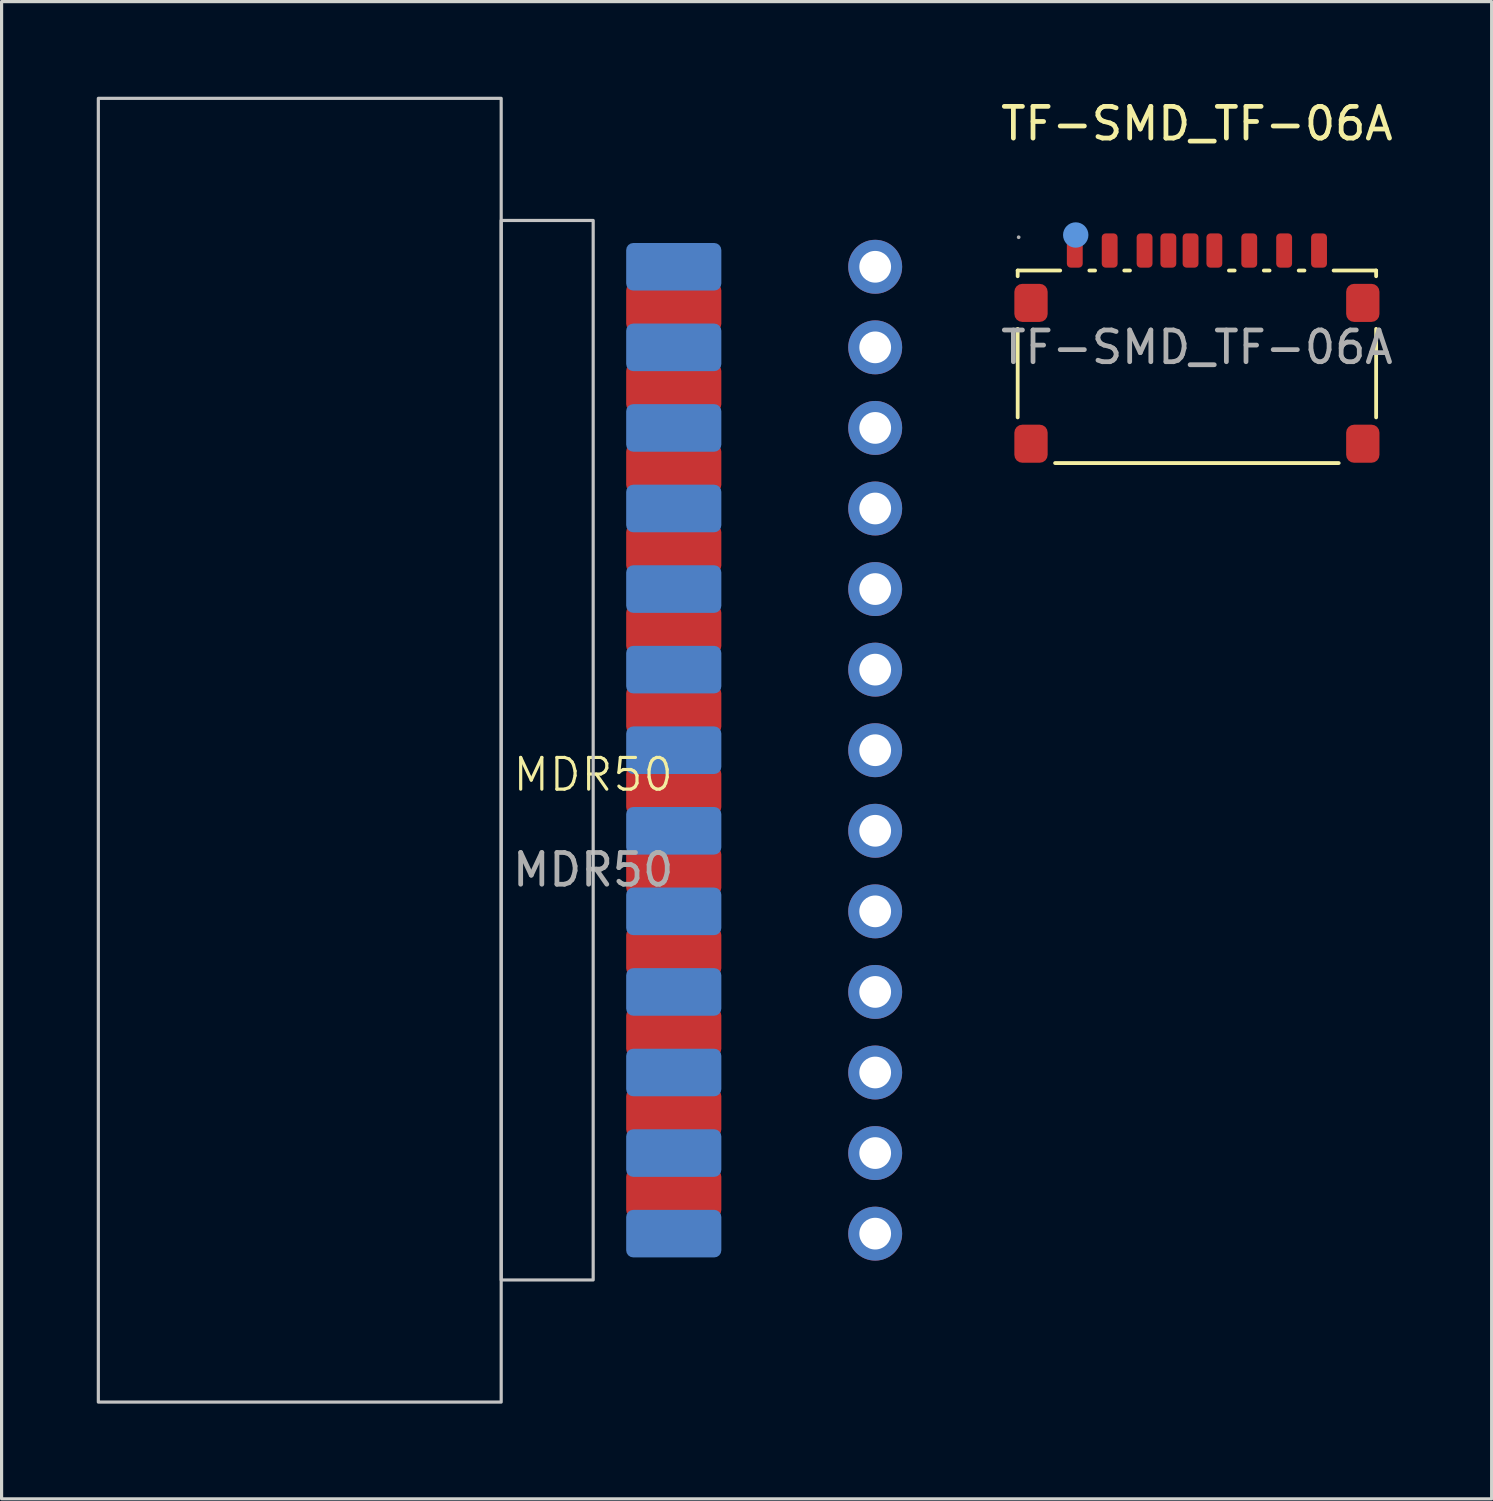
<source format=kicad_pcb>
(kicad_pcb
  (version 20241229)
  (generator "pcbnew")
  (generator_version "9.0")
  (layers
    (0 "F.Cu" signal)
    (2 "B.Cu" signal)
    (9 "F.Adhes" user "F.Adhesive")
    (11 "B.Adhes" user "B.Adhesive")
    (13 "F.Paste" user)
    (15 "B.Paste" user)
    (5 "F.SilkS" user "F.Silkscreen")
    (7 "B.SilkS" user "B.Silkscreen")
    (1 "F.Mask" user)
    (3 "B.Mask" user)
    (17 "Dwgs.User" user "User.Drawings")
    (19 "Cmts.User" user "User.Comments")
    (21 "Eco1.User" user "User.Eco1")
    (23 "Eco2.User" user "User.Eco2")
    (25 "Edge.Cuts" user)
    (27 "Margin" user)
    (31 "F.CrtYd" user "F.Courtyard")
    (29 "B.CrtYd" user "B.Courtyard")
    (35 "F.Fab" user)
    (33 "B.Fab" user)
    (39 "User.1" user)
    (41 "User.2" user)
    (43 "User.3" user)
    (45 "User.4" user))
  (footprint "MDR50"
    (layer "F.Cu")
    (at 15.65 20.6)
    (property "Reference" "MDR50" (at 0 0.77 0) (unlocked yes) (layer "F.SilkS") (effects (font (size 1 1) (thickness 0.1))))
    (attr through_hole)
    (fp_rect (start -15.6 -20.55) (end -2.9 20.55) (stroke (width 0.1) (type solid)) (fill no) (layer "Dwgs.User"))
    (fp_rect (start -2.9 -16.7) (end 0 16.7) (stroke (width 0.1) (type solid)) (fill no) (layer "Dwgs.User"))
    (fp_text user "${REFERENCE}" (at 0 3.77 0) (unlocked yes) (layer "F.Fab") (effects (font (size 1 1) (thickness 0.15))))
    (pad "1" smd roundrect (at 2.54 15.24) (size 3 1.5) (layers "B.Cu" "B.Mask" "B.Paste") (roundrect_rratio 0.15))
    (pad "3" smd roundrect (at 2.54 12.7) (size 3 1.5) (layers "B.Cu" "B.Mask" "B.Paste") (roundrect_rratio 0.15))
    (pad "5" smd roundrect (at 2.54 10.16) (size 3 1.5) (layers "B.Cu" "B.Mask" "B.Paste") (roundrect_rratio 0.15))
    (pad "7" smd roundrect (at 2.54 7.62) (size 3 1.5) (layers "B.Cu" "B.Mask" "B.Paste") (roundrect_rratio 0.15))
    (pad "9" smd roundrect (at 2.54 5.08) (size 3 1.5) (layers "B.Cu" "B.Mask" "B.Paste") (roundrect_rratio 0.15))
    (pad "11" smd roundrect (at 2.54 2.54) (size 3 1.5) (layers "B.Cu" "B.Mask" "B.Paste") (roundrect_rratio 0.15))
    (pad "13" smd roundrect (at 2.54 0) (size 3 1.5) (layers "B.Cu" "B.Mask" "B.Paste") (roundrect_rratio 0.15))
    (pad "15" smd roundrect (at 2.54 -2.54) (size 3 1.5) (layers "B.Cu" "B.Mask" "B.Paste") (roundrect_rratio 0.15))
    (pad "17" smd roundrect (at 2.54 -5.08) (size 3 1.5) (layers "B.Cu" "B.Mask" "B.Paste") (roundrect_rratio 0.15))
    (pad "19" smd roundrect (at 2.54 -7.62) (size 3 1.5) (layers "B.Cu" "B.Mask" "B.Paste") (roundrect_rratio 0.15))
    (pad "21" smd roundrect (at 2.54 -10.16) (size 3 1.5) (layers "B.Cu" "B.Mask" "B.Paste") (roundrect_rratio 0.15))
    (pad "23" smd roundrect (at 2.54 -12.7) (size 3 1.5) (layers "B.Cu" "B.Mask" "B.Paste") (roundrect_rratio 0.15))
    (pad "25" smd roundrect (at 2.54 -15.24) (size 3 1.5) (layers "B.Cu" "B.Mask" "B.Paste") (roundrect_rratio 0.15))
    (pad "26" thru_hole circle (at 8.89 15.24) (size 1.7 1.7) (drill 1) (layers "*.Cu" "*.Mask"))
    (pad "27" smd roundrect (at 2.54 13.97) (size 3 1.5) (layers "F.Cu" "F.Mask" "F.Paste") (roundrect_rratio 0.15))
    (pad "28" thru_hole circle (at 8.89 12.7) (size 1.7 1.7) (drill 1) (layers "*.Cu" "*.Mask"))
    (pad "29" smd roundrect (at 2.54 11.43) (size 3 1.5) (layers "F.Cu" "F.Mask" "F.Paste") (roundrect_rratio 0.15))
    (pad "30" thru_hole circle (at 8.89 10.16) (size 1.7 1.7) (drill 1) (layers "*.Cu" "*.Mask"))
    (pad "31" smd roundrect (at 2.54 8.89) (size 3 1.5) (layers "F.Cu" "F.Mask" "F.Paste") (roundrect_rratio 0.15))
    (pad "32" thru_hole circle (at 8.89 7.62) (size 1.7 1.7) (drill 1) (layers "*.Cu" "*.Mask"))
    (pad "33" smd roundrect (at 2.54 6.35) (size 3 1.5) (layers "F.Cu" "F.Mask" "F.Paste") (roundrect_rratio 0.15))
    (pad "34" thru_hole circle (at 8.89 5.08) (size 1.7 1.7) (drill 1) (layers "*.Cu" "*.Mask"))
    (pad "35" smd roundrect (at 2.54 3.81) (size 3 1.5) (layers "F.Cu" "F.Mask" "F.Paste") (roundrect_rratio 0.15))
    (pad "36" thru_hole circle (at 8.89 2.54) (size 1.7 1.7) (drill 1) (layers "*.Cu" "*.Mask"))
    (pad "37" smd roundrect (at 2.54 1.27) (size 3 1.5) (layers "F.Cu" "F.Mask" "F.Paste") (roundrect_rratio 0.15))
    (pad "38" thru_hole circle (at 8.89 0) (size 1.7 1.7) (drill 1) (layers "*.Cu" "*.Mask"))
    (pad "39" smd roundrect (at 2.54 -1.27) (size 3 1.5) (layers "F.Cu" "F.Mask" "F.Paste") (roundrect_rratio 0.15))
    (pad "40" thru_hole circle (at 8.89 -2.54) (size 1.7 1.7) (drill 1) (layers "*.Cu" "*.Mask"))
    (pad "41" smd roundrect (at 2.54 -3.81) (size 3 1.5) (layers "F.Cu" "F.Mask" "F.Paste") (roundrect_rratio 0.15))
    (pad "42" thru_hole circle (at 8.89 -5.08) (size 1.7 1.7) (drill 1) (layers "*.Cu" "*.Mask"))
    (pad "43" smd roundrect (at 2.54 -6.35) (size 3 1.5) (layers "F.Cu" "F.Mask" "F.Paste") (roundrect_rratio 0.15))
    (pad "44" thru_hole circle (at 8.89 -7.62) (size 1.7 1.7) (drill 1) (layers "*.Cu" "*.Mask"))
    (pad "45" smd roundrect (at 2.54 -8.89) (size 3 1.5) (layers "F.Cu" "F.Mask" "F.Paste") (roundrect_rratio 0.15))
    (pad "46" thru_hole circle (at 8.89 -10.16) (size 1.7 1.7) (drill 1) (layers "*.Cu" "*.Mask"))
    (pad "47" smd roundrect (at 2.54 -11.43) (size 3 1.5) (layers "F.Cu" "F.Mask" "F.Paste") (roundrect_rratio 0.15))
    (pad "48" thru_hole circle (at 8.89 -12.7) (size 1.7 1.7) (drill 1) (layers "*.Cu" "*.Mask"))
    (pad "49" smd roundrect (at 2.54 -13.97) (size 3 1.5) (layers "F.Cu" "F.Mask" "F.Paste") (roundrect_rratio 0.15))
    (pad "50" thru_hole circle (at 8.89 -15.24) (size 1.7 1.7) (drill 1) (layers "*.Cu" "*.Mask")))
  (footprint "TF-SMD_TF-06A"
    (layer "F.Cu")
    (at 34.682 7.898)
    (property "Reference" "TF-SMD_TF-06A" (at 0 -7.05 0) (layer "F.SilkS") (effects (font (size 1 1) (thickness 0.15))))
    (attr smd)
    (fp_line (start -5.65 -2.42) (end -4.31 -2.42) (stroke (width 0.12) (type solid)) (layer "F.SilkS"))
    (fp_line (start -5.65 -2.24) (end -5.65 -2.42) (stroke (width 0.12) (type solid)) (layer "F.SilkS"))
    (fp_line (start -5.65 2.21) (end -5.65 -0.58) (stroke (width 0.12) (type solid)) (layer "F.SilkS"))
    (fp_line (start -4.47 3.65) (end 4.47 3.65) (stroke (width 0.12) (type solid)) (layer "F.SilkS"))
    (fp_line (start -3.39 -2.42) (end -3.21 -2.42) (stroke (width 0.12) (type solid)) (layer "F.SilkS"))
    (fp_line (start -2.29 -2.42) (end -2.11 -2.42) (stroke (width 0.12) (type solid)) (layer "F.SilkS"))
    (fp_line (start 1.01 -2.42) (end 1.19 -2.42) (stroke (width 0.12) (type solid)) (layer "F.SilkS"))
    (fp_line (start 2.11 -2.42) (end 2.29 -2.42) (stroke (width 0.12) (type solid)) (layer "F.SilkS"))
    (fp_line (start 3.21 -2.42) (end 3.39 -2.42) (stroke (width 0.12) (type solid)) (layer "F.SilkS"))
    (fp_line (start 4.31 -2.42) (end 5.65 -2.42) (stroke (width 0.12) (type solid)) (layer "F.SilkS"))
    (fp_line (start 5.65 -2.24) (end 5.65 -2.42) (stroke (width 0.12) (type solid)) (layer "F.SilkS"))
    (fp_line (start 5.65 2.21) (end 5.65 -0.58) (stroke (width 0.12) (type solid)) (layer "F.SilkS"))
    (fp_circle (center -3.82 -3.54) (end -3.62 -3.54) (stroke (width 0.4) (type solid)) (fill no) (layer "Cmts.User"))
    (fp_circle (center -5.62 -3.47) (end -5.59 -3.47) (stroke (width 0.06) (type solid)) (fill no) (layer "F.Fab"))
    (fp_text user "${REFERENCE}" (at 0 0 0) (layer "F.Fab") (effects (font (size 1 1) (thickness 0.15))))
    (pad "1" smd roundrect (at -3.85 -3.05) (size 0.5 1.08) (layers "F.Cu" "F.Mask" "F.Paste") (roundrect_rratio 0.25))
    (pad "2" smd roundrect (at -2.75 -3.05) (size 0.5 1.08) (layers "F.Cu" "F.Mask" "F.Paste") (roundrect_rratio 0.25))
    (pad "3" smd roundrect (at -1.65 -3.05) (size 0.5 1.08) (layers "F.Cu" "F.Mask" "F.Paste") (roundrect_rratio 0.25))
    (pad "4" smd roundrect (at -0.9 -3.05) (size 0.5 1.08) (layers "F.Cu" "F.Mask" "F.Paste") (roundrect_rratio 0.25))
    (pad "5" smd roundrect (at -0.2 -3.05) (size 0.5 1.08) (layers "F.Cu" "F.Mask" "F.Paste") (roundrect_rratio 0.25))
    (pad "6" smd roundrect (at 0.55 -3.05) (size 0.5 1.08) (layers "F.Cu" "F.Mask" "F.Paste") (roundrect_rratio 0.25))
    (pad "7" smd roundrect (at 1.65 -3.05) (size 0.5 1.08) (layers "F.Cu" "F.Mask" "F.Paste") (roundrect_rratio 0.25))
    (pad "8" smd roundrect (at 2.75 -3.05) (size 0.5 1.08) (layers "F.Cu" "F.Mask" "F.Paste") (roundrect_rratio 0.25))
    (pad "9" smd roundrect (at 3.85 -3.05) (size 0.5 1.08) (layers "F.Cu" "F.Mask" "F.Paste") (roundrect_rratio 0.25))
    (pad "10" smd roundrect (at -5.23 -1.4 90) (size 1.2 1.05) (layers "F.Cu" "F.Mask" "F.Paste") (roundrect_rratio 0.238))
    (pad "10" smd roundrect (at -5.23 3.04 90) (size 1.2 1.05) (layers "F.Cu" "F.Mask" "F.Paste") (roundrect_rratio 0.238))
    (pad "10" smd roundrect (at 5.23 -1.4 90) (size 1.2 1.05) (layers "F.Cu" "F.Mask" "F.Paste") (roundrect_rratio 0.238))
    (pad "10" smd roundrect (at 5.23 3.04 90) (size 1.2 1.05) (layers "F.Cu" "F.Mask" "F.Paste") (roundrect_rratio 0.238)))
  (gr_rect
    (start -3 -3)
    (end 43.973 44.2)
    (stroke (width 0.1) (type default))
    (fill no)
    (layer "Edge.Cuts")))
</source>
